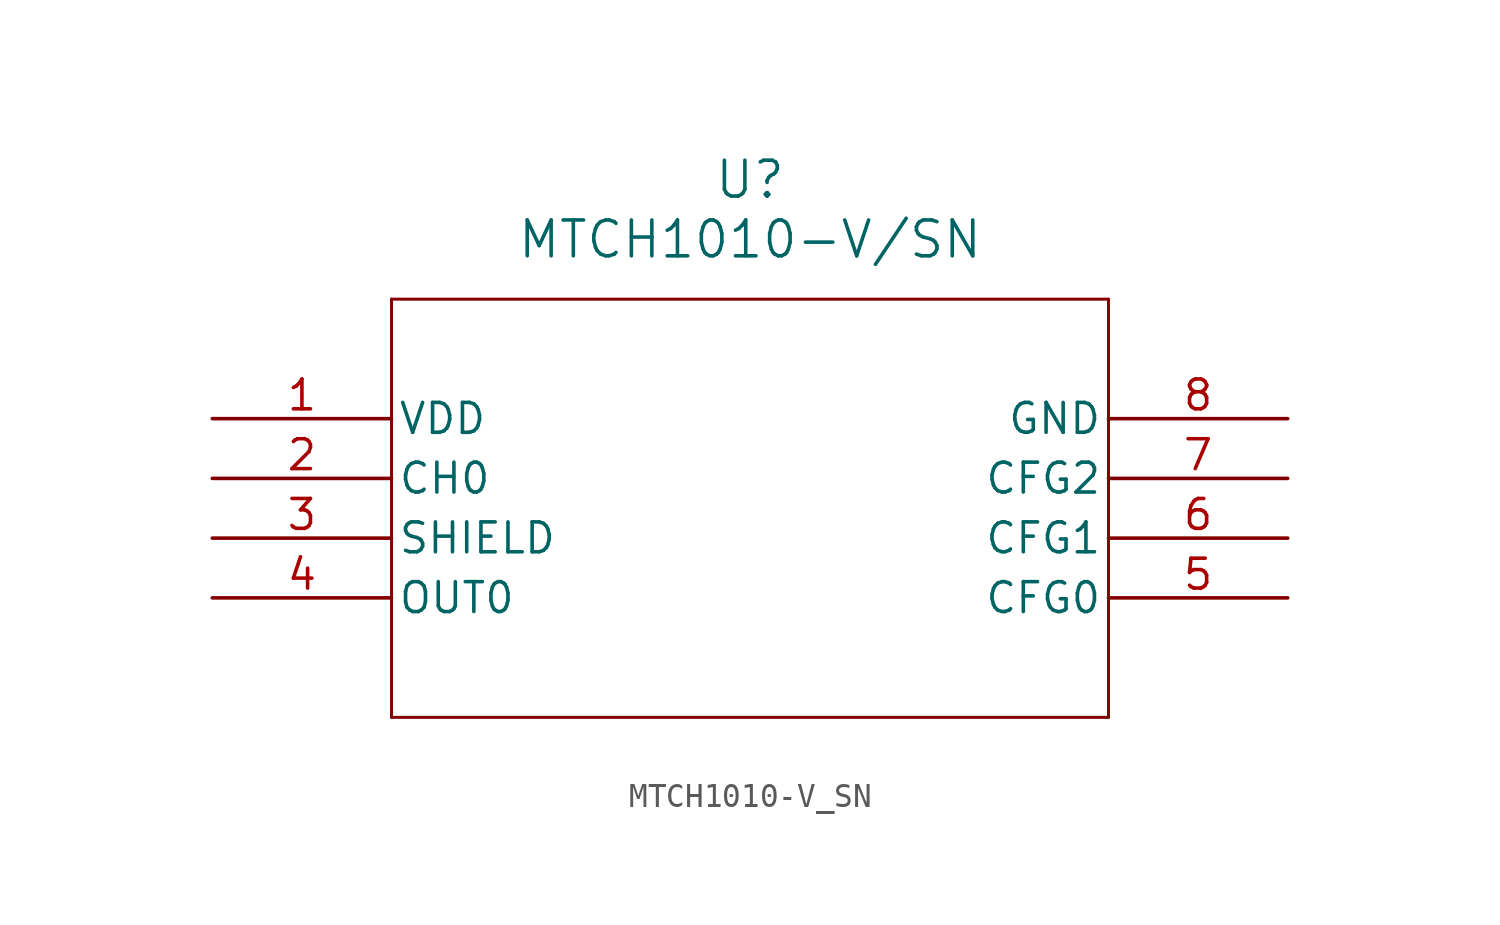
<source format=kicad_sym>
(kicad_symbol_lib
  (version 20211014)
  (generator kicad_symbol_editor)
  (symbol "MTCH1010-V_SN"
    (pin_names
      (offset 0.254))
    (property "Reference" "U"
      (at 22.86 10.16 0)
      (effects (font (size 1.524 1.524))))
    (property "Value" "MTCH1010-V/SN"
      (at 22.86 7.62 0)
      (effects (font (size 1.524 1.524))))
    (symbol "MTCH1010-V_SN_0_1"
      (polyline (pts (xy 7.62 5.08) (xy 7.62 -12.7)) (stroke (width 0.127) (type default) (color 0 0 0 0)) (fill (type none)))
      (polyline (pts (xy 7.62 -12.7) (xy 38.1 -12.7)) (stroke (width 0.127) (type default) (color 0 0 0 0)) (fill (type none)))
      (polyline (pts (xy 38.1 -12.7) (xy 38.1 5.08)) (stroke (width 0.127) (type default) (color 0 0 0 0)) (fill (type none)))
      (polyline (pts (xy 38.1 5.08) (xy 7.62 5.08)) (stroke (width 0.127) (type default) (color 0 0 0 0)) (fill (type none)))
      (pin power_in line (at 0 0 0) (length 7.62) (name "VDD" (effects (font (size 1.27 1.27)))) (number "1" (effects (font (size 1.27 1.27)))))
      (pin unspecified line (at 0 -2.54 0) (length 7.62) (name "CH0" (effects (font (size 1.27 1.27)))) (number "2" (effects (font (size 1.27 1.27)))))
      (pin unspecified line (at 0 -5.08 0) (length 7.62) (name "SHIELD" (effects (font (size 1.27 1.27)))) (number "3" (effects (font (size 1.27 1.27)))))
      (pin output line (at 0 -7.62 0) (length 7.62) (name "OUT0" (effects (font (size 1.27 1.27)))) (number "4" (effects (font (size 1.27 1.27)))))
      (pin bidirectional line (at 45.72 -7.62 180) (length 7.62) (name "CFG0" (effects (font (size 1.27 1.27)))) (number "5" (effects (font (size 1.27 1.27)))))
      (pin bidirectional line (at 45.72 -5.08 180) (length 7.62) (name "CFG1" (effects (font (size 1.27 1.27)))) (number "6" (effects (font (size 1.27 1.27)))))
      (pin bidirectional line (at 45.72 -2.54 180) (length 7.62) (name "CFG2" (effects (font (size 1.27 1.27)))) (number "7" (effects (font (size 1.27 1.27)))))
      (pin power_out line (at 45.72 0 180) (length 7.62) (name "GND" (effects (font (size 1.27 1.27)))) (number "8" (effects (font (size 1.27 1.27))))))))
</source>
